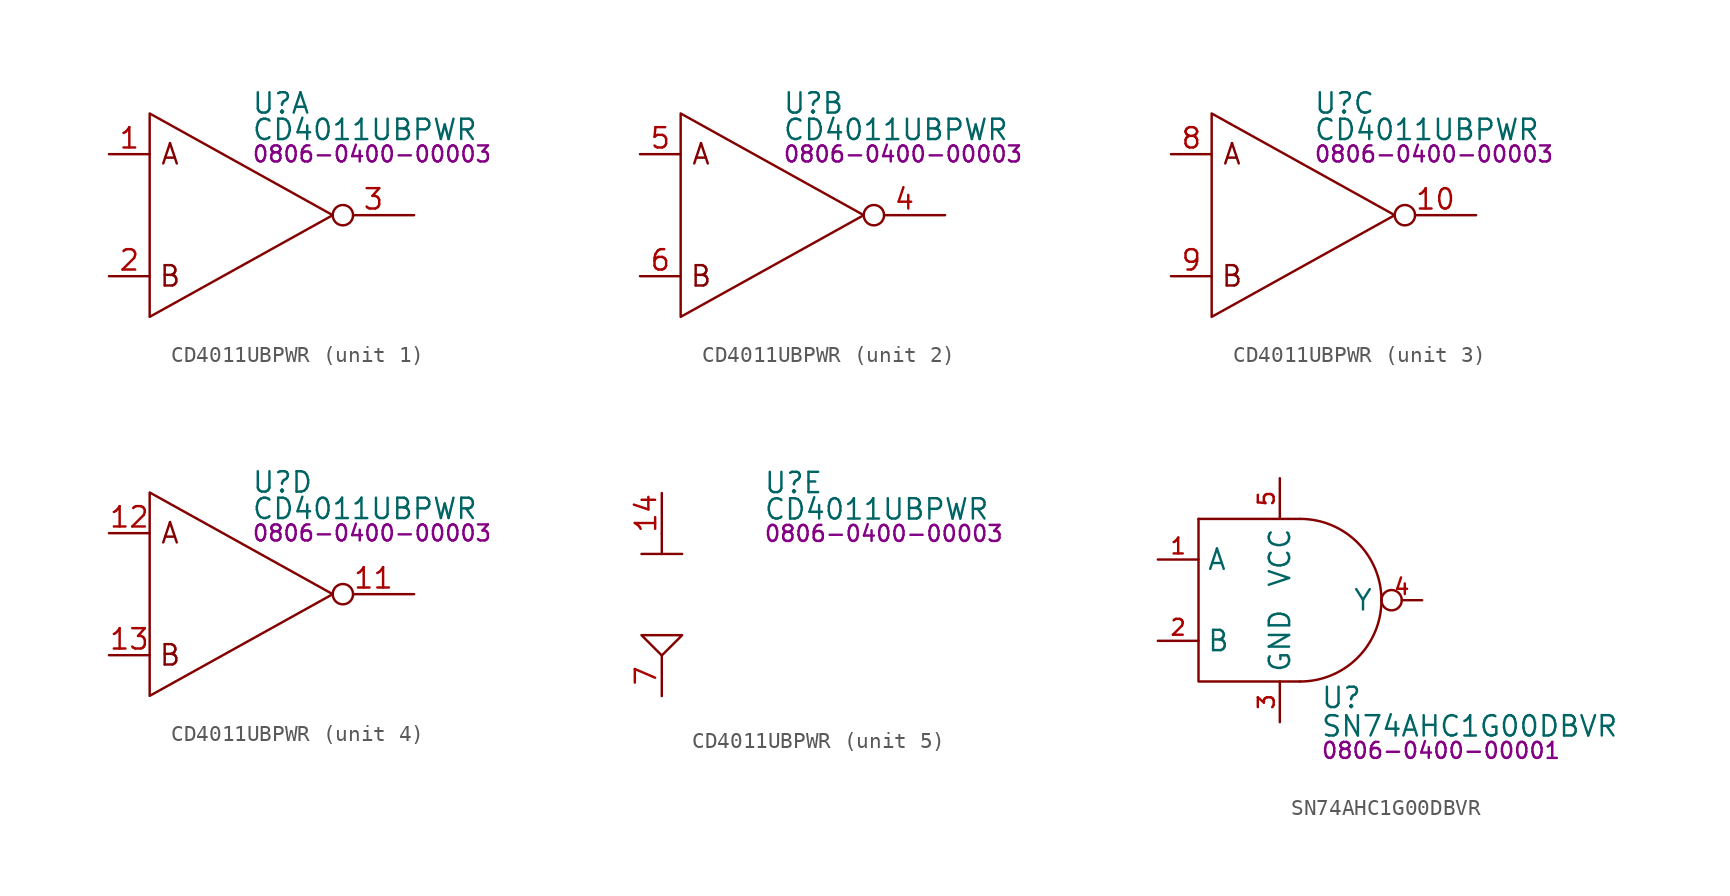
<source format=kicad_sym>
(kicad_symbol_lib
  (version 20231120)
  (generator "kicad_symbol_editor")
  (generator_version "8.0")
  (symbol "CD4011UBPWR"
    (property "Reference" "U"
      (at 6.35 6.985 0)
      (effects (font (size 1.27 1.27)) (justify left)))
    (property "Value" "CD4011UBPWR"
      (at 6.35 5.334 0)
      (effects (font (size 1.27 1.27)) (justify left)))
    (property "PartNumber" "0806-0400-00003"
      (at 6.35 3.81 0)
      (effects (font (size 1 1)) (justify left)))
    (property "ki_locked" ""
      (at 0 0 0)
      (effects (font (size 1.27 1.27))))
    (symbol "CD4011UBPWR_1_0"
      (text "A" (at 1.27 3.81 0) (effects (font (size 1.27 1.27))))
      (text "B" (at 1.27 -3.81 0) (effects (font (size 1.27 1.27))))
      (pin input line (at -2.54 3.81 0) (length 2.54) (name "~" (effects (font (size 1.27 1.27)))) (number "1" (effects (font (size 1.27 1.27)))))
      (pin input line (at -2.54 -3.81 0) (length 2.54) (name "~" (effects (font (size 1.27 1.27)))) (number "2" (effects (font (size 1.27 1.27)))))
      (pin output inverted (at 16.51 0 180) (length 5.08) (name "~" (effects (font (size 1.27 1.27)))) (number "3" (effects (font (size 1.27 1.27))))))
    (symbol "CD4011UBPWR_1_1"
      (polyline (pts (xy 0 6.35) (xy 0 -6.35) (xy 11.43 0) (xy 0 6.35)) (stroke (width 0) (type default)) (fill (type none))))
    (symbol "CD4011UBPWR_2_0"
      (text "A" (at 1.27 3.81 0) (effects (font (size 1.27 1.27))))
      (text "B" (at 1.27 -3.81 0) (effects (font (size 1.27 1.27))))
      (pin output inverted (at 16.51 0 180) (length 5.08) (name "~" (effects (font (size 1.27 1.27)))) (number "4" (effects (font (size 1.27 1.27)))))
      (pin input line (at -2.54 3.81 0) (length 2.54) (name "~" (effects (font (size 1.27 1.27)))) (number "5" (effects (font (size 1.27 1.27)))))
      (pin input line (at -2.54 -3.81 0) (length 2.54) (name "~" (effects (font (size 1.27 1.27)))) (number "6" (effects (font (size 1.27 1.27))))))
    (symbol "CD4011UBPWR_2_1"
      (polyline (pts (xy 0 6.35) (xy 0 -6.35) (xy 11.43 0) (xy 0 6.35)) (stroke (width 0) (type default)) (fill (type none))))
    (symbol "CD4011UBPWR_3_0"
      (text "A" (at 1.27 3.81 0) (effects (font (size 1.27 1.27))))
      (text "B" (at 1.27 -3.81 0) (effects (font (size 1.27 1.27))))
      (pin output inverted (at 16.51 0 180) (length 5.08) (name "~" (effects (font (size 1.27 1.27)))) (number "10" (effects (font (size 1.27 1.27)))))
      (pin input line (at -2.54 3.81 0) (length 2.54) (name "~" (effects (font (size 1.27 1.27)))) (number "8" (effects (font (size 1.27 1.27)))))
      (pin input line (at -2.54 -3.81 0) (length 2.54) (name "~" (effects (font (size 1.27 1.27)))) (number "9" (effects (font (size 1.27 1.27))))))
    (symbol "CD4011UBPWR_3_1"
      (polyline (pts (xy 0 6.35) (xy 0 -6.35) (xy 11.43 0) (xy 0 6.35)) (stroke (width 0) (type default)) (fill (type none))))
    (symbol "CD4011UBPWR_4_0"
      (text "A" (at 1.27 3.81 0) (effects (font (size 1.27 1.27))))
      (text "B" (at 1.27 -3.81 0) (effects (font (size 1.27 1.27))))
      (pin output inverted (at 16.51 0 180) (length 5.08) (name "~" (effects (font (size 1.27 1.27)))) (number "11" (effects (font (size 1.27 1.27)))))
      (pin input line (at -2.54 3.81 0) (length 2.54) (name "~" (effects (font (size 1.27 1.27)))) (number "12" (effects (font (size 1.27 1.27)))))
      (pin input line (at -2.54 -3.81 0) (length 2.54) (name "~" (effects (font (size 1.27 1.27)))) (number "13" (effects (font (size 1.27 1.27))))))
    (symbol "CD4011UBPWR_4_1"
      (polyline (pts (xy 0 6.35) (xy 0 -6.35) (xy 11.43 0) (xy 0 6.35)) (stroke (width 0) (type default)) (fill (type none))))
    (symbol "CD4011UBPWR_5_0"
      (pin power_in line (at 0 6.35 270) (length 2.54) (name "~" (effects (font (size 1.27 1.27)))) (number "14" (effects (font (size 1.27 1.27)))))
      (pin power_in line (at 0 -6.35 90) (length 2.54) (name "~" (effects (font (size 1.27 1.27)))) (number "7" (effects (font (size 1.27 1.27))))))
    (symbol "CD4011UBPWR_5_1"
      (polyline (pts (xy -1.27 2.54) (xy 1.27 2.54)) (stroke (width 0) (type default)) (fill (type none)))
      (polyline (pts (xy 0 3.81) (xy 0 2.54)) (stroke (width 0) (type default)) (fill (type none)))
      (polyline (pts (xy 0 -3.81) (xy -1.27 -2.54) (xy 1.27 -2.54) (xy 0 -3.81)) (stroke (width 0) (type default)) (fill (type none)))))
  (symbol "SN74AHC1G00DBVR"
    (property "Reference" "U"
      (at 7.62 -6.096 0)
      (effects (font (size 1.27 1.27)) (justify left)))
    (property "Value" "SN74AHC1G00DBVR"
      (at 7.62 -7.874 0)
      (effects (font (size 1.27 1.27)) (justify left)))
    (property "PartNumber" "0806-0400-00001"
      (at 7.62 -9.398 0)
      (effects (font (size 1 1)) (justify left)))
    (symbol "SN74AHC1G00DBVR_0_0"
      (pin input line (at -2.54 2.54 0) (length 2.54) (name "A" (effects (font (size 1.27 1.27)))) (number "1" (effects (font (size 0.991 0.991)))))
      (pin input line (at -2.54 -2.54 0) (length 2.54) (name "B" (effects (font (size 1.27 1.27)))) (number "2" (effects (font (size 0.991 0.991)))))
      (pin power_in line (at 5.08 -7.62 90) (length 2.54) (name "GND" (effects (font (size 1.27 1.27)))) (number "3" (effects (font (size 0.991 0.991)))))
      (pin power_in line (at 5.08 7.62 270) (length 2.54) (name "VCC" (effects (font (size 1.27 1.27)))) (number "5" (effects (font (size 0.991 0.991))))))
    (symbol "SN74AHC1G00DBVR_1_0"
      (pin output inverted (at 13.97 0 180) (length 2.54) (name "Y" (effects (font (size 1.27 1.27)))) (number "4" (effects (font (size 0.991 0.991))))))
    (symbol "SN74AHC1G00DBVR_1_1"
      (polyline (pts (xy 0 5.08) (xy 6.35 5.08)) (stroke (width 0) (type default)) (fill (type none)))
      (polyline (pts (xy 0 5.08) (xy 0 -5.08) (xy 6.35 -5.08)) (stroke (width 0) (type default)) (fill (type none)))
      (arc (start 6.35 -5.08) (mid 9.9421 -3.5921) (end 11.43 0) (stroke (width 0) (type default)) (fill (type none)))
      (arc (start 11.43 0) (mid 9.9421 3.5921) (end 6.35 5.08) (stroke (width 0) (type default)) (fill (type none))))))
</source>
